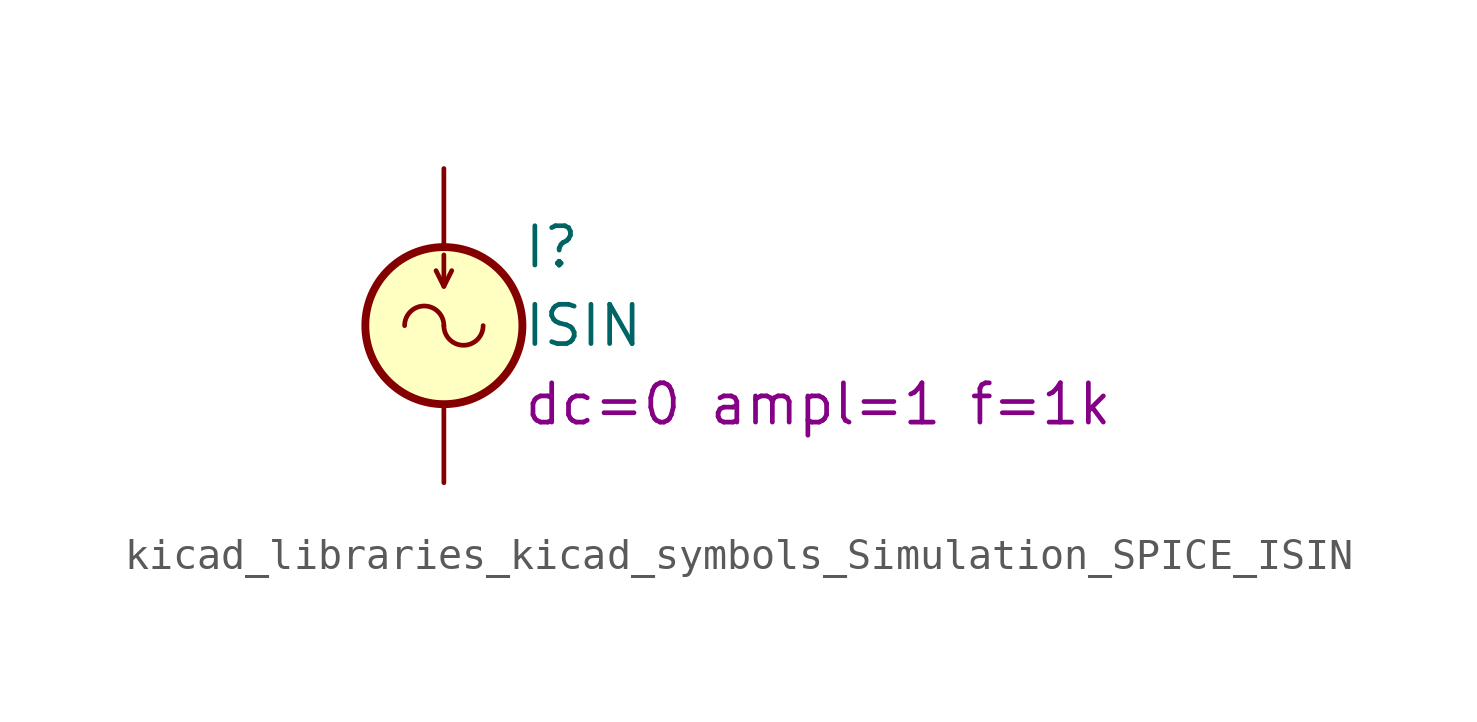
<source format=kicad_sym>
(kicad_symbol_lib
  (version 20220914)
  (generator kicad_symbol_editor)
  (symbol "kicad_libraries_kicad_symbols_Simulation_SPICE_ISIN"
    (pin_numbers hide)
    (pin_names
      (offset 0.025))
    (property "Reference" "I"
      (at 2.54 2.54 0)
      (effects (font (size 1.27 1.27)) (justify left)))
    (property "Value" "ISIN"
      (at 2.54 0 0)
      (effects (font (size 1.27 1.27)) (justify left)))
    (property "Sim.Params" "dc=0 ampl=1 f=1k"
      (at 2.54 -2.54 0)
      (effects (font (size 1.27 1.27)) (justify left)))
    (symbol "kicad_libraries_kicad_symbols_Simulation_SPICE_ISIN_0_0"
      (arc (start 0 0) (mid -0.635 0.6323) (end -1.27 0) (stroke (width 0) (type default)) (fill (type none)))
      (arc (start 0 0) (mid 0.635 -0.6323) (end 1.27 0) (stroke (width 0) (type default)) (fill (type none))))
    (symbol "kicad_libraries_kicad_symbols_Simulation_SPICE_ISIN_0_1"
      (polyline (pts (xy 0 1.27) (xy 0 2.286)) (stroke (width 0) (type default)) (fill (type none)))
      (polyline (pts (xy -0.254 1.778) (xy 0 1.27) (xy 0.254 1.778)) (stroke (width 0) (type default)) (fill (type none)))
      (circle (center 0 0) (radius 2.54) (stroke (width 0.254) (type default)) (fill (type background))))
    (symbol "kicad_libraries_kicad_symbols_Simulation_SPICE_ISIN_1_1"
      (pin passive line (at 0 5.08 270) (length 2.54) (name "~" (effects (font (size 1.27 1.27)))) (number "1" (effects (font (size 1.27 1.27)))))
      (pin passive line (at 0 -5.08 90) (length 2.54) (name "~" (effects (font (size 1.27 1.27)))) (number "2" (effects (font (size 1.27 1.27))))))))
</source>
